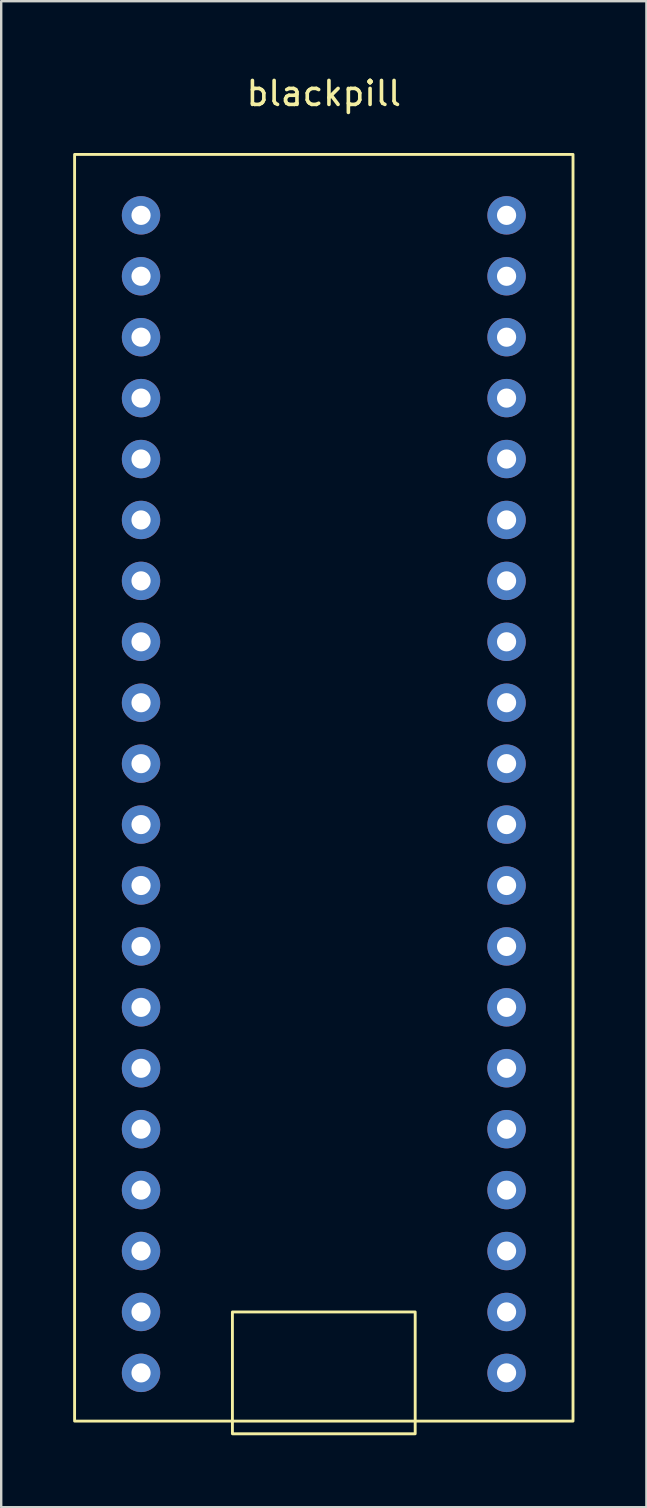
<source format=kicad_pcb>
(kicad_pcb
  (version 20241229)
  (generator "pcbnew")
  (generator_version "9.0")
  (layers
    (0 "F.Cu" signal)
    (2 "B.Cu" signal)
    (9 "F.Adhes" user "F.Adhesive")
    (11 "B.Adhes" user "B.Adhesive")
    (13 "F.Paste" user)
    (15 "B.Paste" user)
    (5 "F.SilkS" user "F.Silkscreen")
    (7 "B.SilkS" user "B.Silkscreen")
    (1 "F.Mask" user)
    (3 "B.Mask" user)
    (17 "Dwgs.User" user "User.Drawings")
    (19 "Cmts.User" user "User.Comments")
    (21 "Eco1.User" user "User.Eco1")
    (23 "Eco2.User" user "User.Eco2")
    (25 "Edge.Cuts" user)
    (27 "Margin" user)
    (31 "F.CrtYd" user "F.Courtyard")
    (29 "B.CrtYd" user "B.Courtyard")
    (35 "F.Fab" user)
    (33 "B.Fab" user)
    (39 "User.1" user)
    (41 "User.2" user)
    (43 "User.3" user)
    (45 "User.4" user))
  (footprint "blackpill"
    (layer "F.Cu")
    (at 2.83 5.928)
    (property "Reference" "blackpill" (at 7.62 -5.08 0) (unlocked yes) (layer "F.SilkS") (effects (font (size 1 1) (thickness 0.15))))
    (attr through_hole)
    (fp_rect (start -2.77 -2.54) (end 18.01 50.27) (stroke (width 0.12) (type default)) (fill no) (layer "F.SilkS"))
    (fp_rect (start 3.81 45.72) (end 11.43 50.8) (stroke (width 0.12) (type default)) (fill no) (layer "F.SilkS"))
    (pad "1" thru_hole circle (at 0 0) (size 1.6 1.6) (drill 0.8) (layers "*.Cu" "*.Mask"))
    (pad "2" thru_hole circle (at 0 2.54) (size 1.6 1.6) (drill 0.8) (layers "*.Cu" "*.Mask"))
    (pad "3" thru_hole circle (at 0 5.08) (size 1.6 1.6) (drill 0.8) (layers "*.Cu" "*.Mask"))
    (pad "4" thru_hole circle (at 0 7.62) (size 1.6 1.6) (drill 0.8) (layers "*.Cu" "*.Mask"))
    (pad "7" thru_hole circle (at 0 10.16) (size 1.6 1.6) (drill 0.8) (layers "*.Cu" "*.Mask"))
    (pad "10" thru_hole circle (at 0 12.7) (size 1.6 1.6) (drill 0.8) (layers "*.Cu" "*.Mask"))
    (pad "11" thru_hole circle (at 0 15.24) (size 1.6 1.6) (drill 0.8) (layers "*.Cu" "*.Mask"))
    (pad "12" thru_hole circle (at 0 17.78) (size 1.6 1.6) (drill 0.8) (layers "*.Cu" "*.Mask"))
    (pad "13" thru_hole circle (at 0 20.32) (size 1.6 1.6) (drill 0.8) (layers "*.Cu" "*.Mask"))
    (pad "14" thru_hole circle (at 0 22.86) (size 1.6 1.6) (drill 0.8) (layers "*.Cu" "*.Mask"))
    (pad "15" thru_hole circle (at 0 25.4) (size 1.6 1.6) (drill 0.8) (layers "*.Cu" "*.Mask"))
    (pad "16" thru_hole circle (at 0 27.94) (size 1.6 1.6) (drill 0.8) (layers "*.Cu" "*.Mask"))
    (pad "17" thru_hole circle (at 0 30.48) (size 1.6 1.6) (drill 0.8) (layers "*.Cu" "*.Mask"))
    (pad "18" thru_hole circle (at 0 33.02) (size 1.6 1.6) (drill 0.8) (layers "*.Cu" "*.Mask"))
    (pad "19" thru_hole circle (at 0 35.56) (size 1.6 1.6) (drill 0.8) (layers "*.Cu" "*.Mask"))
    (pad "20" thru_hole circle (at 0 38.1) (size 1.6 1.6) (drill 0.8) (layers "*.Cu" "*.Mask"))
    (pad "21" thru_hole circle (at 0 40.64) (size 1.6 1.6) (drill 0.8) (layers "*.Cu" "*.Mask"))
    (pad "25" thru_hole circle (at 15.24 48.26) (size 1.6 1.6) (drill 0.8) (layers "*.Cu" "*.Mask"))
    (pad "26" thru_hole circle (at 15.24 45.72) (size 1.6 1.6) (drill 0.8) (layers "*.Cu" "*.Mask"))
    (pad "27" thru_hole circle (at 15.24 43.18) (size 1.6 1.6) (drill 0.8) (layers "*.Cu" "*.Mask"))
    (pad "28" thru_hole circle (at 15.24 40.64) (size 1.6 1.6) (drill 0.8) (layers "*.Cu" "*.Mask"))
    (pad "29" thru_hole circle (at 15.24 38.1) (size 1.6 1.6) (drill 0.8) (layers "*.Cu" "*.Mask"))
    (pad "30" thru_hole circle (at 15.24 35.56) (size 1.6 1.6) (drill 0.8) (layers "*.Cu" "*.Mask"))
    (pad "31" thru_hole circle (at 15.24 33.02) (size 1.6 1.6) (drill 0.8) (layers "*.Cu" "*.Mask"))
    (pad "32" thru_hole circle (at 15.24 30.48) (size 1.6 1.6) (drill 0.8) (layers "*.Cu" "*.Mask"))
    (pad "33" thru_hole circle (at 15.24 27.94) (size 1.6 1.6) (drill 0.8) (layers "*.Cu" "*.Mask"))
    (pad "38" thru_hole circle (at 15.24 25.4) (size 1.6 1.6) (drill 0.8) (layers "*.Cu" "*.Mask"))
    (pad "39" thru_hole circle (at 15.24 22.86) (size 1.6 1.6) (drill 0.8) (layers "*.Cu" "*.Mask"))
    (pad "40" thru_hole circle (at 15.24 20.32) (size 1.6 1.6) (drill 0.8) (layers "*.Cu" "*.Mask"))
    (pad "41" thru_hole circle (at 15.24 17.78) (size 1.6 1.6) (drill 0.8) (layers "*.Cu" "*.Mask"))
    (pad "42" thru_hole circle (at 15.24 15.24) (size 1.6 1.6) (drill 0.8) (layers "*.Cu" "*.Mask"))
    (pad "43" thru_hole circle (at 15.24 12.7) (size 1.6 1.6) (drill 0.8) (layers "*.Cu" "*.Mask"))
    (pad "45" thru_hole circle (at 15.24 10.16) (size 1.6 1.6) (drill 0.8) (layers "*.Cu" "*.Mask"))
    (pad "46" thru_hole circle (at 15.24 7.62) (size 1.6 1.6) (drill 0.8) (layers "*.Cu" "*.Mask"))
    (pad "51" thru_hole circle (at 0 43.18) (size 1.6 1.6) (drill 0.8) (layers "*.Cu" "*.Mask"))
    (pad "52" thru_hole circle (at 0 45.72) (size 1.6 1.6) (drill 0.8) (layers "*.Cu" "*.Mask"))
    (pad "53" thru_hole circle (at 0 48.26) (size 1.6 1.6) (drill 0.8) (layers "*.Cu" "*.Mask"))
    (pad "54" thru_hole circle (at 15.24 0) (size 1.6 1.6) (drill 0.8) (layers "*.Cu" "*.Mask"))
    (pad "55" thru_hole circle (at 15.24 2.54) (size 1.6 1.6) (drill 0.8) (layers "*.Cu" "*.Mask"))
    (pad "56" thru_hole circle (at 15.24 5.08) (size 1.6 1.6) (drill 0.8) (layers "*.Cu" "*.Mask")))
  (gr_rect
    (start -3 -3)
    (end 23.9 59.788)
    (stroke (width 0.1) (type default))
    (fill no)
    (layer "Edge.Cuts")))
</source>
